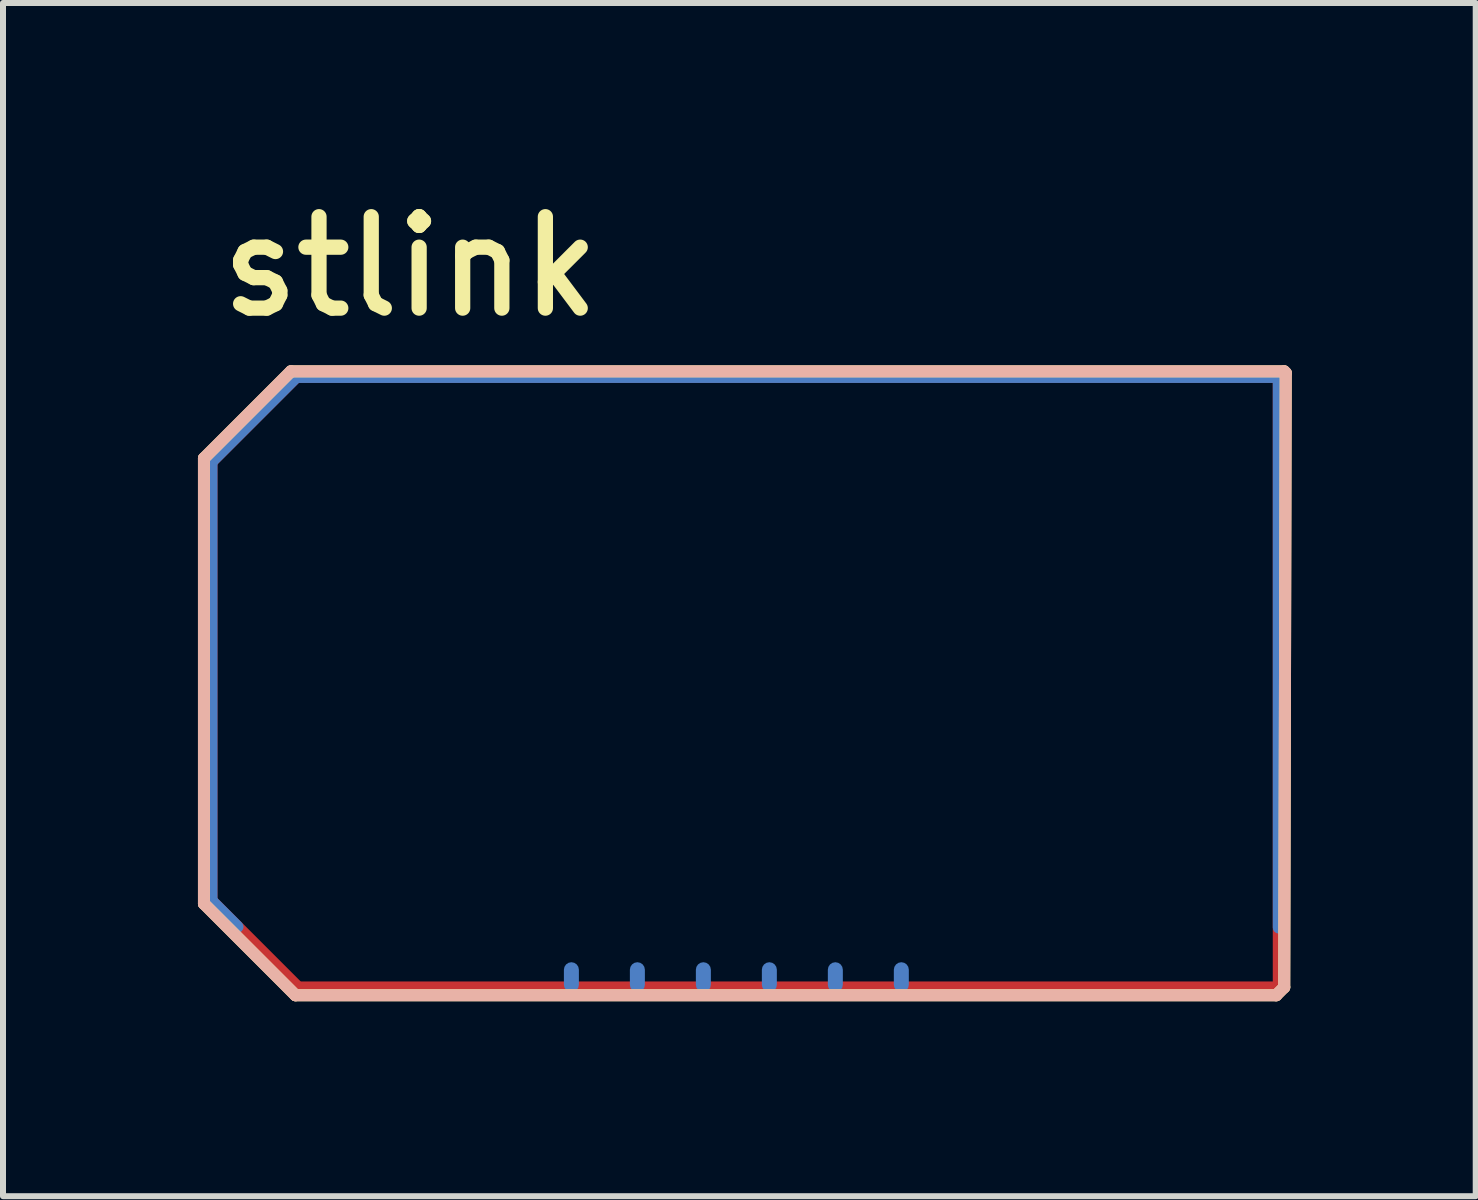
<source format=kicad_pcb>
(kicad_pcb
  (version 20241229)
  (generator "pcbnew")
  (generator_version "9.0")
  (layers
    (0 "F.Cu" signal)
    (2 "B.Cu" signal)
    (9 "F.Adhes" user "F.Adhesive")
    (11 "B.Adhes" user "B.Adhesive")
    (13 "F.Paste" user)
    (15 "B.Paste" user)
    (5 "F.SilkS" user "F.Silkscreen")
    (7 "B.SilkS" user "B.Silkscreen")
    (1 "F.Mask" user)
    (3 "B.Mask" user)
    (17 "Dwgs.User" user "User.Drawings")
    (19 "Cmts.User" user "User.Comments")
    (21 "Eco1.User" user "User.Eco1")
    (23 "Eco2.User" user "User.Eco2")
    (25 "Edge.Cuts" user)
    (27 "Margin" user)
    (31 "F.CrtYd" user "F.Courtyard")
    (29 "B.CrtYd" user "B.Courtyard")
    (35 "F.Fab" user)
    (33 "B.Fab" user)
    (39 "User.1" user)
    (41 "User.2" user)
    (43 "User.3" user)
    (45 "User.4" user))
  (footprint "stlink"
    (layer "F.Cu")
    (at 0.25 13.64)
    (property "Reference" "stlink" (at 0.254 -11.354 0) (unlocked yes) (layer "F.SilkS") (effects (font (size 1.524 1.524) (thickness 0.254)) (justify left bottom)))
    (attr through_hole)
    (fp_line (start 0.1 -9.05) (end 1.55 -10.5) (stroke (width 0.2) (type solid)) (layer "F.SilkS"))
    (fp_line (start 0.1 -1.625) (end 0.1 -9.05) (stroke (width 0.2) (type solid)) (layer "F.SilkS"))
    (fp_line (start 0.1 -1.625) (end 1.626 -0.099) (stroke (width 0.2) (type solid)) (layer "F.SilkS"))
    (fp_line (start 1.55 -10.5) (end 18.107 -10.5) (stroke (width 0.2) (type solid)) (layer "F.SilkS"))
    (fp_line (start 1.626 -0.099) (end 17.974 -0.099) (stroke (width 0.2) (type solid)) (layer "F.SilkS"))
    (fp_line (start 17.974 -0.099) (end 18.108 -0.233) (stroke (width 0.2) (type solid)) (layer "F.SilkS"))
    (fp_line (start 18.107 -10.5) (end 18.133 -10.474) (stroke (width 0.2) (type solid)) (layer "F.SilkS"))
    (fp_line (start 18.108 -0.233) (end 18.133 -10.474) (stroke (width 0.2) (type solid)) (layer "F.SilkS"))
    (fp_line (start 0.1 -9.05) (end 1.55 -10.5) (stroke (width 0.2) (type solid)) (layer "B.SilkS"))
    (fp_line (start 0.1 -1.625) (end 0.1 -9.05) (stroke (width 0.2) (type solid)) (layer "B.SilkS"))
    (fp_line (start 0.1 -1.625) (end 1.626 -0.099) (stroke (width 0.2) (type solid)) (layer "B.SilkS"))
    (fp_line (start 1.55 -10.5) (end 18.107 -10.5) (stroke (width 0.2) (type solid)) (layer "B.SilkS"))
    (fp_line (start 1.626 -0.099) (end 17.974 -0.099) (stroke (width 0.2) (type solid)) (layer "B.SilkS"))
    (fp_line (start 17.974 -0.099) (end 18.108 -0.233) (stroke (width 0.2) (type solid)) (layer "B.SilkS"))
    (fp_line (start 18.107 -10.5) (end 18.133 -10.474) (stroke (width 0.2) (type solid)) (layer "B.SilkS"))
    (fp_line (start 18.108 -0.233) (end 18.133 -10.474) (stroke (width 0.2) (type solid)) (layer "B.SilkS"))
    (pad "G" smd roundrect (at 0.225 -5.322 180) (size 0.2 7.49) (layers "F.Cu" "F.Paste") (roundrect_rratio 0.5))
    (pad "G" smd roundrect (at 0.225 -5.322 180) (size 0.2 7.49) (layers "B.Cu" "B.Paste") (roundrect_rratio 0.5))
    (pad "G" smd roundrect (at 0.448 -1.452 225) (size 0.2 0.8) (layers "B.Cu" "B.Paste") (roundrect_rratio 0.5))
    (pad "G" smd roundrect (at 0.935 -9.701 135) (size 0.2 2.19) (layers "F.Cu" "F.Paste") (roundrect_rratio 0.5))
    (pad "G" smd roundrect (at 0.935 -9.701 135) (size 0.2 2.19) (layers "B.Cu" "B.Paste") (roundrect_rratio 0.5))
    (pad "G" smd roundrect (at 0.948 -0.952 225) (size 0.2 2.24) (layers "F.Cu" "F.Paste") (roundrect_rratio 0.5))
    (pad "G" smd roundrect (at 9.821 -10.407 270) (size 0.2 16.55) (layers "F.Cu" "F.Paste") (roundrect_rratio 0.5))
    (pad "G" smd roundrect (at 9.821 -10.407 270) (size 0.2 16.55) (layers "B.Cu" "B.Paste") (roundrect_rratio 0.5))
    (pad "G" smd roundrect (at 9.854 -0.229 270) (size 0.2 16.46) (layers "F.Cu" "F.Paste") (roundrect_rratio 0.5))
    (pad "G" smd roundrect (at 18.017 -5.812) (size 0.2 9.37) (layers "B.Cu" "B.Paste") (roundrect_rratio 0.5))
    (pad "G" smd roundrect (at 18.017 -5.312) (size 0.2 10.37) (layers "F.Cu" "F.Paste") (roundrect_rratio 0.5))
    (pad "N1" smd roundrect (at 11.725 -0.4 180) (size 0.25 0.5) (layers "B.Cu" "B.Mask" "B.Paste") (roundrect_rratio 0.5))
    (pad "N2" smd roundrect (at 10.625 -0.4 180) (size 0.25 0.5) (layers "B.Cu" "B.Mask" "B.Paste") (roundrect_rratio 0.5))
    (pad "N3" smd roundrect (at 9.525 -0.4 180) (size 0.25 0.5) (layers "B.Cu" "B.Mask" "B.Paste") (roundrect_rratio 0.5))
    (pad "N4" smd roundrect (at 8.425 -0.4 180) (size 0.25 0.5) (layers "B.Cu" "B.Mask" "B.Paste") (roundrect_rratio 0.5))
    (pad "N5" smd roundrect (at 7.325 -0.4 180) (size 0.25 0.5) (layers "B.Cu" "B.Mask" "B.Paste") (roundrect_rratio 0.5))
    (pad "N6" smd roundrect (at 6.225 -0.4 180) (size 0.25 0.5) (layers "B.Cu" "B.Mask" "B.Paste") (roundrect_rratio 0.5))
    (zone (net_name "") (layer "F.Cu") (hatch edge 0.2) (connect_pads) (min_thickness 0.254) (filled_areas_thickness no) (keepout (tracks allowed) (vias allowed) (pads allowed) (copperpour not_allowed) (footprints allowed)) (placement (enabled no)) (fill) (polygon (pts (xy 0.475 11.965) (xy 0.475 4.665) (xy 1.9 3.24) (xy 18.25 3.24) (xy 18.275 3.265) (xy 18.275 13.39) (xy 1.95 13.39))))
    (zone (net_name "") (layer "B.Cu") (hatch edge 0.2) (connect_pads) (min_thickness 0.254) (filled_areas_thickness no) (keepout (tracks allowed) (vias allowed) (pads allowed) (copperpour not_allowed) (footprints allowed)) (placement (enabled no)) (fill) (polygon (pts (xy 0.928 12.419) (xy 0.471 11.962) (xy 0.471 4.659) (xy 0.469 4.657) (xy 1.892 3.234) (xy 18.201 3.234) (xy 18.227 3.26) (xy 18.227 12.381) (xy 18.55 12.381) (xy 18.55 13.715) (xy 1.825 13.715) (xy 0.775 12.665) (xy 0.775 12.665)))))
  (gr_rect
    (start -3 -3)
    (end 21.55 16.89)
    (stroke (width 0.1) (type default))
    (fill no)
    (layer "Edge.Cuts")))
</source>
